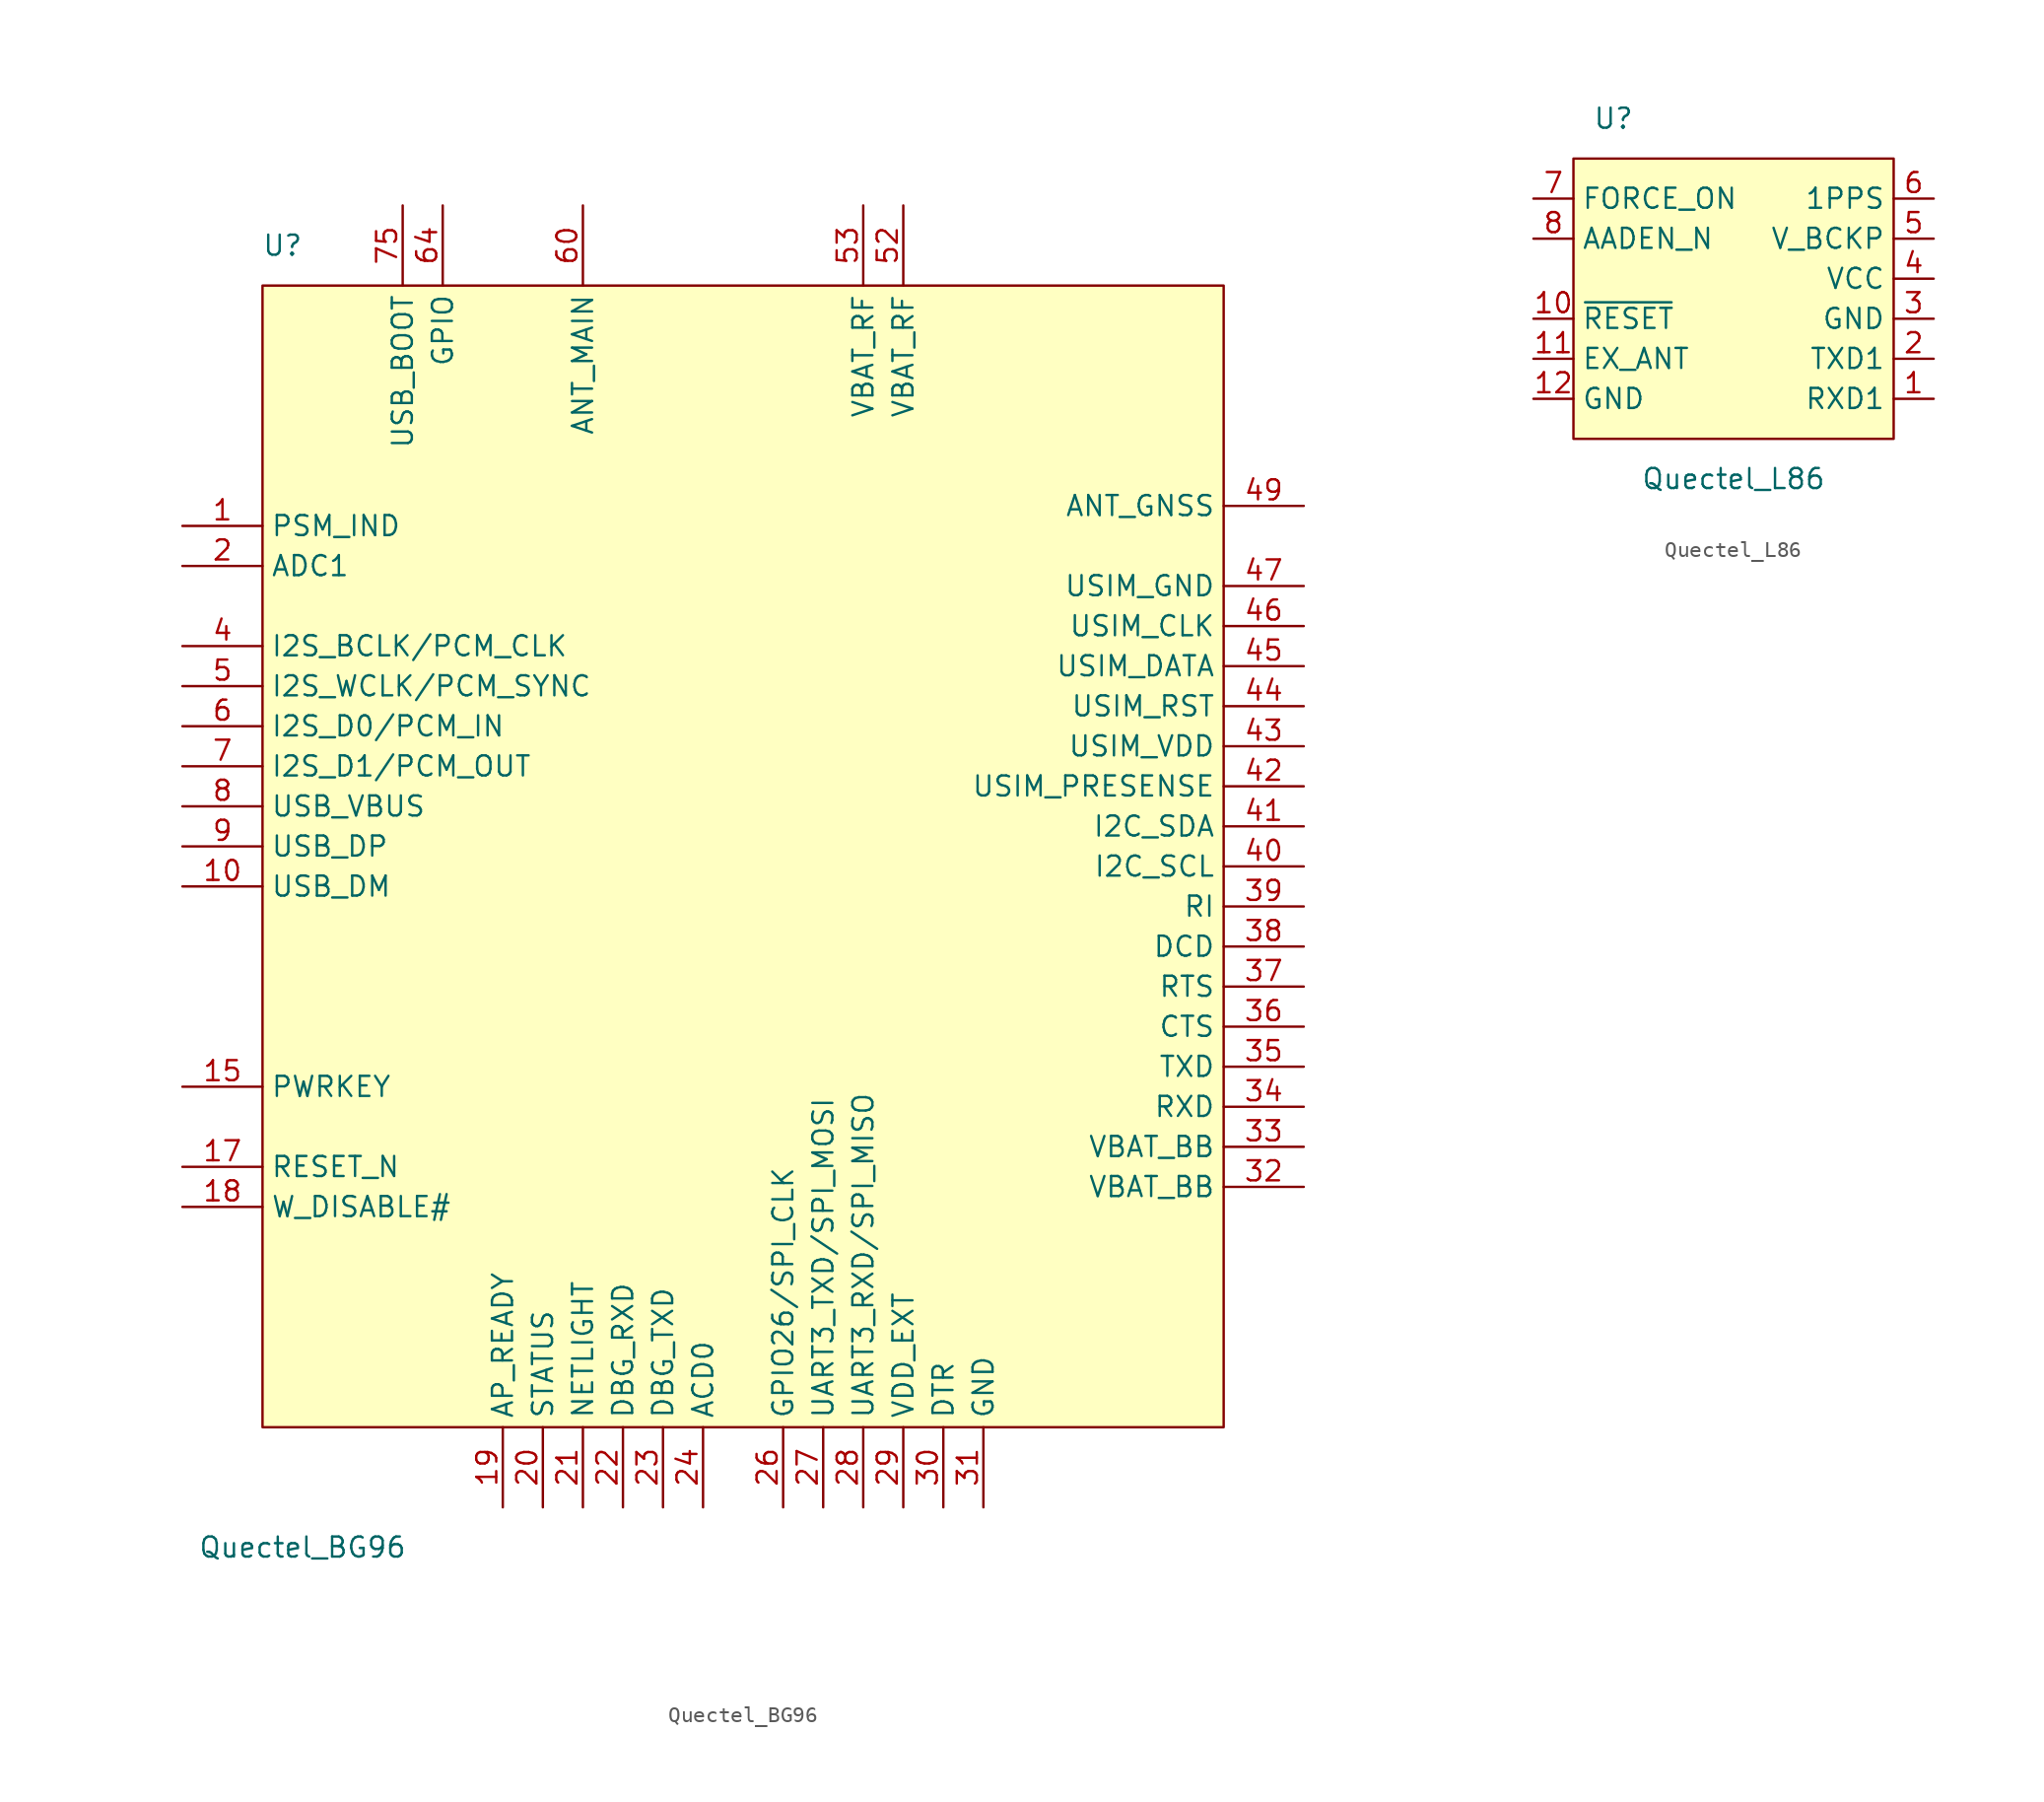
<source format=kicad_sym>
(kicad_symbol_lib
  (version 20200126)
  (host kicad_symbol_editor "(5.99.0-1734-g575ad7128)")
  (symbol "DLY_Customized:Quectel_BG96"
    (property "Reference" "U"
      (at 6.35 80.01 0))
    (property "Value" "Quectel_BG96"
      (at 7.62 -2.54 0))
    (symbol "Quectel_BG96_0_1"
      (rectangle (start 5.08 77.47) (end 66.04 5.08) (fill (type background))))
    (symbol "Quectel_BG96_1_1"
      (pin output line (at 0 62.23 0) (length 5.08) (name "PSM_IND") (number "1"))
      (pin output line (at 0 39.37 0) (length 5.08) (name "USB_DM") (number "10"))
      (pin passive line (at 50.8 0 90) (length 5.08) (name "GND") (number "100") hide)
      (pin passive line (at 50.8 0 90) (length 5.08) (name "GND") (number "101") hide)
      (pin passive line (at 50.8 0 90) (length 5.08) (name "GND") (number "102") hide)
      (pin unconnected line (at 24.13 64.77 0) (length 5.08) (name "RESERVED") (number "11") hide)
      (pin unconnected line (at 26.67 64.77 0) (length 5.08) (name "RESERVED") (number "12") hide)
      (pin unconnected line (at 29.21 64.77 0) (length 5.08) (name "RESERVED") (number "13") hide)
      (pin unconnected line (at 31.75 64.77 0) (length 5.08) (name "RESERVED") (number "14") hide)
      (pin output line (at 0 26.67 0) (length 5.08) (name "PWRKEY") (number "15"))
      (pin unconnected line (at 34.29 64.77 0) (length 5.08) (name "RESERVED") (number "16") hide)
      (pin output line (at 0 21.59 0) (length 5.08) (name "RESET_N") (number "17"))
      (pin output line (at 0 19.05 0) (length 5.08) (name "W_DISABLE#") (number "18"))
      (pin output line (at 20.32 0 90) (length 5.08) (name "AP_READY") (number "19"))
      (pin output line (at 0 59.69 0) (length 5.08) (name "ADC1") (number "2"))
      (pin output line (at 22.86 0 90) (length 5.08) (name "STATUS") (number "20"))
      (pin output line (at 25.4 0 90) (length 5.08) (name "NETLIGHT") (number "21"))
      (pin output line (at 27.94 0 90) (length 5.08) (name "DBG_RXD") (number "22"))
      (pin output line (at 30.48 0 90) (length 5.08) (name "DBG_TXD") (number "23"))
      (pin output line (at 33.02 0 90) (length 5.08) (name "ACD0") (number "24"))
      (pin unconnected line (at 36.83 64.77 0) (length 5.08) (name "RESERVED") (number "25") hide)
      (pin output line (at 38.1 0 90) (length 5.08) (name "GPIO26/SPI_CLK") (number "26"))
      (pin output line (at 40.64 0 90) (length 5.08) (name "UART3_TXD/SPI_MOSI") (number "27"))
      (pin output line (at 43.18 0 90) (length 5.08) (name "UART3_RXD/SPI_MISO") (number "28"))
      (pin output line (at 45.72 0 90) (length 5.08) (name "VDD_EXT") (number "29"))
      (pin passive line (at 50.8 0 90) (length 5.08) (name "GND") (number "3") hide)
      (pin output line (at 48.26 0 90) (length 5.08) (name "DTR") (number "30"))
      (pin passive line (at 50.8 0 90) (length 5.08) (name "GND") (number "31"))
      (pin output line (at 71.12 20.32 180) (length 5.08) (name "VBAT_BB") (number "32"))
      (pin output line (at 71.12 22.86 180) (length 5.08) (name "VBAT_BB") (number "33"))
      (pin output line (at 71.12 25.4 180) (length 5.08) (name "RXD") (number "34"))
      (pin output line (at 71.12 27.94 180) (length 5.08) (name "TXD") (number "35"))
      (pin output line (at 71.12 30.48 180) (length 5.08) (name "CTS") (number "36"))
      (pin output line (at 71.12 33.02 180) (length 5.08) (name "RTS") (number "37"))
      (pin output line (at 71.12 35.56 180) (length 5.08) (name "DCD") (number "38"))
      (pin output line (at 71.12 38.1 180) (length 5.08) (name "RI") (number "39"))
      (pin output line (at 0 54.61 0) (length 5.08) (name "I2S_BCLK/PCM_CLK") (number "4"))
      (pin output line (at 71.12 40.64 180) (length 5.08) (name "I2C_SCL") (number "40"))
      (pin output line (at 71.12 43.18 180) (length 5.08) (name "I2C_SDA") (number "41"))
      (pin output line (at 71.12 45.72 180) (length 5.08) (name "USIM_PRESENSE") (number "42"))
      (pin output line (at 71.12 48.26 180) (length 5.08) (name "USIM_VDD") (number "43"))
      (pin output line (at 71.12 50.8 180) (length 5.08) (name "USIM_RST") (number "44"))
      (pin output line (at 71.12 53.34 180) (length 5.08) (name "USIM_DATA") (number "45"))
      (pin output line (at 71.12 55.88 180) (length 5.08) (name "USIM_CLK") (number "46"))
      (pin output line (at 71.12 58.42 180) (length 5.08) (name "USIM_GND") (number "47"))
      (pin passive line (at 50.8 0 90) (length 5.08) (name "GND") (number "48") hide)
      (pin output line (at 71.12 63.5 180) (length 5.08) (name "ANT_GNSS") (number "49"))
      (pin output line (at 0 52.07 0) (length 5.08) (name "I2S_WCLK/PCM_SYNC") (number "5"))
      (pin passive line (at 50.8 0 90) (length 5.08) (name "GND") (number "50") hide)
      (pin unconnected line (at 39.37 64.77 0) (length 5.08) (name "RESERVED") (number "51") hide)
      (pin output line (at 45.72 82.55 270) (length 5.08) (name "VBAT_RF") (number "52"))
      (pin output line (at 43.18 82.55 270) (length 5.08) (name "VBAT_RF") (number "53"))
      (pin passive line (at 50.8 0 90) (length 5.08) (name "GND") (number "54") hide)
      (pin passive line (at 50.8 0 90) (length 5.08) (name "GND") (number "55") hide)
      (pin unconnected line (at 41.91 64.77 0) (length 5.08) (name "RESERVED") (number "56") hide)
      (pin unconnected line (at 44.45 64.77 0) (length 5.08) (name "RESERVED") (number "57") hide)
      (pin passive line (at 50.8 0 90) (length 5.08) (name "GND") (number "58") hide)
      (pin passive line (at 50.8 0 90) (length 5.08) (name "GND") (number "59") hide)
      (pin output line (at 0 49.53 0) (length 5.08) (name "I2S_D0/PCM_IN") (number "6"))
      (pin output line (at 25.4 82.55 270) (length 5.08) (name "ANT_MAIN") (number "60"))
      (pin passive line (at 50.8 0 90) (length 5.08) (name "GND") (number "61") hide)
      (pin passive line (at 50.8 0 90) (length 5.08) (name "GND") (number "62") hide)
      (pin unconnected line (at 46.99 64.77 0) (length 5.08) (name "RESERVED") (number "63") hide)
      (pin output line (at 16.51 82.55 270) (length 5.08) (name "GPIO") (number "64"))
      (pin unconnected line (at 24.13 62.23 0) (length 5.08) (name "RESERVED") (number "65") hide)
      (pin unconnected line (at 26.67 62.23 0) (length 5.08) (name "RESERVED") (number "66") hide)
      (pin passive line (at 50.8 0 90) (length 5.08) (name "GND") (number "67") hide)
      (pin passive line (at 50.8 0 90) (length 5.08) (name "GND") (number "68") hide)
      (pin passive line (at 50.8 0 90) (length 5.08) (name "GND") (number "69") hide)
      (pin output line (at 0 46.99 0) (length 5.08) (name "I2S_D1/PCM_OUT") (number "7"))
      (pin passive line (at 50.8 0 90) (length 5.08) (name "GND") (number "70") hide)
      (pin passive line (at 50.8 0 90) (length 5.08) (name "GND") (number "71") hide)
      (pin passive line (at 50.8 0 90) (length 5.08) (name "GND") (number "72") hide)
      (pin passive line (at 50.8 0 90) (length 5.08) (name "GND") (number "73") hide)
      (pin passive line (at 50.8 0 90) (length 5.08) (name "GND") (number "74") hide)
      (pin output line (at 13.97 82.55 270) (length 5.08) (name "USB_BOOT") (number "75"))
      (pin unconnected line (at 29.21 62.23 0) (length 5.08) (name "RESERVED") (number "76") hide)
      (pin unconnected line (at 31.75 62.23 0) (length 5.08) (name "RESERVED") (number "77") hide)
      (pin unconnected line (at 34.29 62.23 0) (length 5.08) (name "RESERVED") (number "78") hide)
      (pin passive line (at 50.8 0 90) (length 5.08) (name "GND") (number "79") hide)
      (pin output line (at 0 44.45 0) (length 5.08) (name "USB_VBUS") (number "8"))
      (pin passive line (at 50.8 0 90) (length 5.08) (name "GND") (number "80") hide)
      (pin passive line (at 50.8 0 90) (length 5.08) (name "GND") (number "81") hide)
      (pin passive line (at 50.8 0 90) (length 5.08) (name "GND") (number "82") hide)
      (pin unconnected line (at 36.83 62.23 0) (length 5.08) (name "RESERVED") (number "83") hide)
      (pin unconnected line (at 39.37 62.23 0) (length 5.08) (name "RESERVED") (number "84") hide)
      (pin unconnected line (at 41.91 62.23 0) (length 5.08) (name "RESERVED") (number "85") hide)
      (pin unconnected line (at 44.45 62.23 0) (length 5.08) (name "RESERVED") (number "86") hide)
      (pin unconnected line (at 46.99 62.23 0) (length 5.08) (name "RESERVED") (number "87") hide)
      (pin unconnected line (at 24.13 59.69 0) (length 5.08) (name "RESERVED") (number "88") hide)
      (pin passive line (at 50.8 0 90) (length 5.08) (name "GND") (number "89") hide)
      (pin output line (at 0 41.91 0) (length 5.08) (name "USB_DP") (number "9"))
      (pin passive line (at 50.8 0 90) (length 5.08) (name "GND") (number "90") hide)
      (pin passive line (at 50.8 0 90) (length 5.08) (name "GND") (number "91") hide)
      (pin unconnected line (at 26.67 59.69 0) (length 5.08) (name "RESERVED") (number "92") hide)
      (pin unconnected line (at 29.21 59.69 0) (length 5.08) (name "RESERVED") (number "93") hide)
      (pin unconnected line (at 31.75 59.69 0) (length 5.08) (name "RESERVED") (number "94") hide)
      (pin unconnected line (at 34.29 59.69 0) (length 5.08) (name "RESERVED") (number "95") hide)
      (pin unconnected line (at 36.83 59.69 0) (length 5.08) (name "RESERVED") (number "96") hide)
      (pin unconnected line (at 39.37 59.69 0) (length 5.08) (name "RESERVED") (number "97") hide)
      (pin unconnected line (at 41.91 59.69 0) (length 5.08) (name "RESERVED") (number "98") hide)
      (pin unconnected line (at 44.45 59.69 0) (length 5.08) (name "RESERVED") (number "99") hide)))
  (symbol "DLY_Customized:Quectel_L86"
    (property "Reference" "U"
      (at 2.54 2.54 0))
    (property "Value" "Quectel_L86"
      (at 10.16 -20.32 0))
    (symbol "Quectel_L86_0_1"
      (rectangle (start 0 0) (end 20.32 -17.78) (fill (type background))))
    (symbol "Quectel_L86_1_1"
      (pin input line (at 22.86 -15.24 180) (length 2.54) (name "RXD1") (number "1"))
      (pin input line (at -2.54 -10.16 0) (length 2.54) (name "~RESET") (number "10"))
      (pin input line (at -2.54 -12.7 0) (length 2.54) (name "EX_ANT") (number "11"))
      (pin input line (at -2.54 -15.24 0) (length 2.54) (name "GND") (number "12"))
      (pin output line (at 22.86 -12.7 180) (length 2.54) (name "TXD1") (number "2"))
      (pin power_in line (at 22.86 -10.16 180) (length 2.54) (name "GND") (number "3"))
      (pin power_in line (at 22.86 -7.62 180) (length 2.54) (name "VCC") (number "4"))
      (pin power_in line (at 22.86 -5.08 180) (length 2.54) (name "V_BCKP") (number "5"))
      (pin output line (at 22.86 -2.54 180) (length 2.54) (name "1PPS") (number "6"))
      (pin input line (at -2.54 -2.54 0) (length 2.54) (name "FORCE_ON") (number "7"))
      (pin input line (at -2.54 -5.08 0) (length 2.54) (name "AADEN_N") (number "8"))
      (pin unconnected line (at -2.54 -7.62 0) (length 2.54) (name "NC") (number "9") hide))))
</source>
